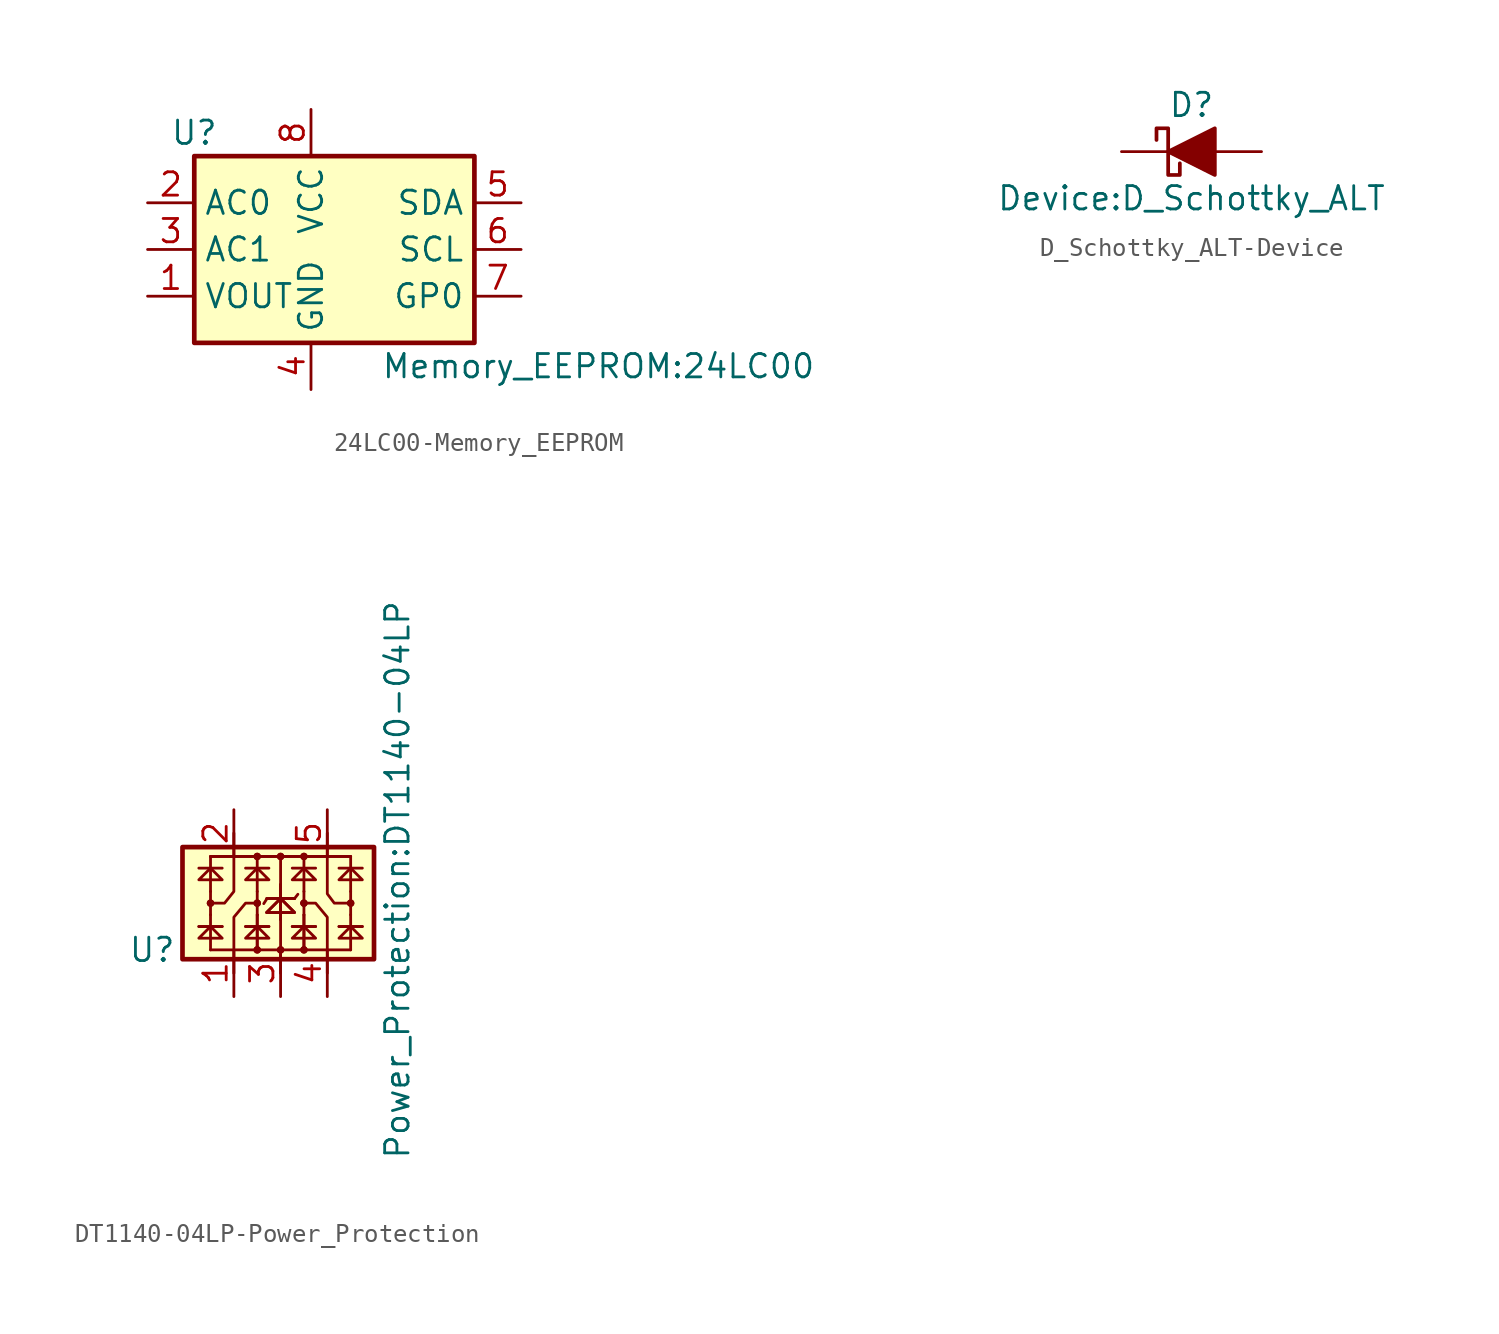
<source format=kicad_sym>
(kicad_symbol_lib
  (version 20231120)
  (generator "kicad_symbol_editor")
  (generator_version "8.0")
  (symbol "24LC00-Memory_EEPROM"
    (property "Reference" "U"
      (at -7.62 6.35 0)
      (effects (font (size 1.27 1.27))))
    (property "Value" "Memory_EEPROM:24LC00"
      (at 2.54 -6.35 0)
      (effects (font (size 1.27 1.27)) (justify left)))
    (symbol "24LC00-Memory_EEPROM_1_1"
      (rectangle (start -7.62 5.08) (end 7.62 -5.08) (stroke (width 0.254) (type solid)) (fill (type background)))
      (pin input line (at -10.16 -2.54 0) (length 2.54) (name "VOUT" (effects (font (size 1.27 1.27)))) (number "1" (effects (font (size 1.27 1.27)))))
      (pin input line (at -10.16 2.54 0) (length 2.54) (name "AC0" (effects (font (size 1.27 1.27)))) (number "2" (effects (font (size 1.27 1.27)))))
      (pin input line (at -10.16 0 0) (length 2.54) (name "AC1" (effects (font (size 1.27 1.27)))) (number "3" (effects (font (size 1.27 1.27)))))
      (pin power_in line (at -1.27 -7.62 90) (length 2.54) (name "GND" (effects (font (size 1.27 1.27)))) (number "4" (effects (font (size 1.27 1.27)))))
      (pin bidirectional line (at 10.16 2.54 180) (length 2.54) (name "SDA" (effects (font (size 1.27 1.27)))) (number "5" (effects (font (size 1.27 1.27)))))
      (pin input line (at 10.16 0 180) (length 2.54) (name "SCL" (effects (font (size 1.27 1.27)))) (number "6" (effects (font (size 1.27 1.27)))))
      (pin input line (at 10.16 -2.54 180) (length 2.54) (name "GP0" (effects (font (size 1.27 1.27)))) (number "7" (effects (font (size 1.27 1.27)))))
      (pin power_in line (at -1.27 7.62 270) (length 2.54) (name "VCC" (effects (font (size 1.27 1.27)))) (number "8" (effects (font (size 1.27 1.27)))))))
  (symbol "D_Schottky_ALT-Device"
    (pin_numbers hide)
    (pin_names
      (offset 1.016) hide)
    (property "Reference" "D"
      (at 0 2.54 0)
      (effects (font (size 1.27 1.27))))
    (property "Value" "Device:D_Schottky_ALT"
      (at 0 -2.54 0)
      (effects (font (size 1.27 1.27))))
    (symbol "D_Schottky_ALT-Device_0_1"
      (polyline (pts (xy 1.27 0) (xy -1.27 0)) (stroke (width 0) (type solid)) (fill (type none)))
      (polyline (pts (xy 1.27 1.27) (xy 1.27 -1.27) (xy -1.27 0) (xy 1.27 1.27)) (stroke (width 0.203) (type solid)) (fill (type outline)))
      (polyline (pts (xy -1.905 0.635) (xy -1.905 1.27) (xy -1.27 1.27) (xy -1.27 -1.27) (xy -0.635 -1.27) (xy -0.635 -0.635)) (stroke (width 0.203) (type solid)) (fill (type none))))
    (symbol "D_Schottky_ALT-Device_1_1"
      (pin passive line (at -3.81 0 0) (length 2.54) (name "K" (effects (font (size 1.27 1.27)))) (number "1" (effects (font (size 1.27 1.27)))))
      (pin passive line (at 3.81 0 180) (length 2.54) (name "A" (effects (font (size 1.27 1.27)))) (number "2" (effects (font (size 1.27 1.27)))))))
  (symbol "DT1140-04LP-Power_Protection"
    (pin_names
      (offset 1.016))
    (property "Reference" "U"
      (at -6.985 -2.54 0)
      (effects (font (size 1.27 1.27))))
    (property "Value" "Power_Protection:DT1140-04LP"
      (at 6.35 1.27 90)
      (effects (font (size 1.27 1.27))))
    (symbol "DT1140-04LP-Power_Protection_0_1"
      (rectangle (start -5.334 3.048) (end 5.08 -3.048) (stroke (width 0.254) (type solid)) (fill (type background)))
      (circle (center -3.81 0) (radius 0.127) (stroke (width 0) (type solid)) (fill (type none)))
      (circle (center -3.81 0) (radius 0.127) (stroke (width 0) (type solid)) (fill (type none)))
      (circle (center -1.27 -2.54) (radius 0.127) (stroke (width 0) (type solid)) (fill (type none)))
      (circle (center -1.27 -2.54) (radius 0.127) (stroke (width 0) (type solid)) (fill (type none)))
      (circle (center -1.27 0) (radius 0.127) (stroke (width 0) (type solid)) (fill (type none)))
      (circle (center -1.27 0) (radius 0.127) (stroke (width 0) (type solid)) (fill (type none)))
      (circle (center -1.27 2.54) (radius 0.127) (stroke (width 0) (type solid)) (fill (type none)))
      (circle (center -1.27 2.54) (radius 0.127) (stroke (width 0) (type solid)) (fill (type none)))
      (circle (center 0 -2.54) (radius 0.127) (stroke (width 0) (type solid)) (fill (type none)))
      (circle (center 0 -2.54) (radius 0.127) (stroke (width 0) (type solid)) (fill (type none)))
      (polyline (pts (xy -4.445 -1.27) (xy -3.175 -1.27)) (stroke (width 0) (type solid)) (fill (type none)))
      (polyline (pts (xy -4.445 -1.27) (xy -3.175 -1.27)) (stroke (width 0) (type solid)) (fill (type none)))
      (polyline (pts (xy -4.445 1.905) (xy -3.175 1.905)) (stroke (width 0) (type solid)) (fill (type none)))
      (polyline (pts (xy -3.81 -2.54) (xy -3.81 -0.635)) (stroke (width 0) (type solid)) (fill (type none)))
      (polyline (pts (xy -3.81 -2.54) (xy 3.81 -2.54)) (stroke (width 0) (type solid)) (fill (type none)))
      (polyline (pts (xy -3.81 -0.635) (xy -3.81 0.635)) (stroke (width 0) (type solid)) (fill (type none)))
      (polyline (pts (xy -3.81 0.635) (xy -3.81 2.54)) (stroke (width 0) (type solid)) (fill (type none)))
      (polyline (pts (xy -3.81 2.54) (xy 3.81 2.54)) (stroke (width 0) (type solid)) (fill (type none)))
      (polyline (pts (xy -3.81 2.54) (xy 3.81 2.54)) (stroke (width 0) (type solid)) (fill (type none)))
      (polyline (pts (xy -1.905 -1.27) (xy -0.635 -1.27)) (stroke (width 0) (type solid)) (fill (type none)))
      (polyline (pts (xy -1.905 -1.27) (xy -0.635 -1.27)) (stroke (width 0) (type solid)) (fill (type none)))
      (polyline (pts (xy -1.905 1.905) (xy -0.635 1.905)) (stroke (width 0) (type solid)) (fill (type none)))
      (polyline (pts (xy -1.27 -2.54) (xy -1.27 -0.635)) (stroke (width 0) (type solid)) (fill (type none)))
      (polyline (pts (xy -1.27 -2.54) (xy -1.27 -0.635)) (stroke (width 0) (type solid)) (fill (type none)))
      (polyline (pts (xy -1.27 0.635) (xy -1.27 -0.635)) (stroke (width 0) (type solid)) (fill (type none)))
      (polyline (pts (xy -1.27 0.635) (xy -1.27 2.54)) (stroke (width 0) (type solid)) (fill (type none)))
      (polyline (pts (xy -0.762 0.254) (xy 0.762 0.254)) (stroke (width 0) (type solid)) (fill (type none)))
      (polyline (pts (xy -0.737 0.254) (xy -0.914 -0.025)) (stroke (width 0) (type solid)) (fill (type none)))
      (polyline (pts (xy -0.66 0.254) (xy 0.762 0.254)) (stroke (width 0) (type solid)) (fill (type none)))
      (polyline (pts (xy 0 -0.889) (xy 0 -3.81)) (stroke (width 0) (type solid)) (fill (type none)))
      (polyline (pts (xy 0 -0.889) (xy 0 1.016)) (stroke (width 0) (type solid)) (fill (type none)))
      (polyline (pts (xy 0 -0.889) (xy 0 1.016)) (stroke (width 0) (type solid)) (fill (type none)))
      (polyline (pts (xy 0 2.565) (xy 0 -0.356)) (stroke (width 0) (type solid)) (fill (type none)))
      (polyline (pts (xy 0.635 -1.27) (xy 1.905 -1.27)) (stroke (width 0) (type solid)) (fill (type none)))
      (polyline (pts (xy 0.635 -1.27) (xy 1.905 -1.27)) (stroke (width 0) (type solid)) (fill (type none)))
      (polyline (pts (xy 0.635 1.905) (xy 1.905 1.905)) (stroke (width 0) (type solid)) (fill (type none)))
      (polyline (pts (xy 0.762 0.254) (xy 0.94 0.483)) (stroke (width 0) (type solid)) (fill (type none)))
      (polyline (pts (xy 1.27 -2.54) (xy 1.27 -0.635)) (stroke (width 0) (type solid)) (fill (type none)))
      (polyline (pts (xy 1.27 -2.54) (xy 1.27 -0.635)) (stroke (width 0) (type solid)) (fill (type none)))
      (polyline (pts (xy 1.27 0.635) (xy 1.27 -0.635)) (stroke (width 0) (type solid)) (fill (type none)))
      (polyline (pts (xy 1.27 0.635) (xy 1.27 2.54)) (stroke (width 0) (type solid)) (fill (type none)))
      (polyline (pts (xy 3.175 -1.27) (xy 4.445 -1.27)) (stroke (width 0) (type solid)) (fill (type none)))
      (polyline (pts (xy 3.175 -1.27) (xy 4.445 -1.27)) (stroke (width 0) (type solid)) (fill (type none)))
      (polyline (pts (xy 3.175 1.905) (xy 4.445 1.905)) (stroke (width 0) (type solid)) (fill (type none)))
      (polyline (pts (xy 3.81 -2.54) (xy 3.81 -0.635)) (stroke (width 0) (type solid)) (fill (type none)))
      (polyline (pts (xy 3.81 0.635) (xy 3.81 -0.635)) (stroke (width 0) (type solid)) (fill (type none)))
      (polyline (pts (xy 3.81 0.635) (xy 3.81 2.54)) (stroke (width 0) (type solid)) (fill (type none)))
      (polyline (pts (xy -4.445 -1.905) (xy -3.175 -1.905) (xy -3.81 -1.27) (xy -4.445 -1.905)) (stroke (width 0) (type solid)) (fill (type none)))
      (polyline (pts (xy -4.445 1.27) (xy -3.175 1.27) (xy -3.81 1.905) (xy -4.445 1.27)) (stroke (width 0) (type solid)) (fill (type none)))
      (polyline (pts (xy -2.54 -3.81) (xy -2.54 -0.762) (xy -1.905 0) (xy -1.27 0)) (stroke (width 0) (type solid)) (fill (type none)))
      (polyline (pts (xy -2.54 3.81) (xy -2.54 0.635) (xy -3.048 0) (xy -3.937 0)) (stroke (width 0) (type solid)) (fill (type none)))
      (polyline (pts (xy -1.905 -1.905) (xy -0.635 -1.905) (xy -1.27 -1.27) (xy -1.905 -1.905)) (stroke (width 0) (type solid)) (fill (type none)))
      (polyline (pts (xy -1.905 1.27) (xy -0.635 1.27) (xy -1.27 1.905) (xy -1.905 1.27)) (stroke (width 0) (type solid)) (fill (type none)))
      (polyline (pts (xy -0.762 -0.508) (xy 0.762 -0.508) (xy 0 0.254) (xy -0.762 -0.508)) (stroke (width 0) (type solid)) (fill (type none)))
      (polyline (pts (xy -0.762 -0.508) (xy 0.762 -0.508) (xy 0 0.254) (xy -0.762 -0.508)) (stroke (width 0) (type solid)) (fill (type none)))
      (polyline (pts (xy 0.635 -1.905) (xy 1.905 -1.905) (xy 1.27 -1.27) (xy 0.635 -1.905)) (stroke (width 0) (type solid)) (fill (type none)))
      (polyline (pts (xy 0.635 1.27) (xy 1.905 1.27) (xy 1.27 1.905) (xy 0.635 1.27)) (stroke (width 0) (type solid)) (fill (type none)))
      (polyline (pts (xy 2.54 -3.81) (xy 2.54 -0.762) (xy 1.905 0) (xy 1.143 0)) (stroke (width 0) (type solid)) (fill (type none)))
      (polyline (pts (xy 2.54 3.81) (xy 2.54 0.508) (xy 2.921 0) (xy 3.81 0)) (stroke (width 0) (type solid)) (fill (type none)))
      (polyline (pts (xy 3.175 -1.905) (xy 4.445 -1.905) (xy 3.81 -1.27) (xy 3.175 -1.905)) (stroke (width 0) (type solid)) (fill (type none)))
      (polyline (pts (xy 3.175 1.27) (xy 4.445 1.27) (xy 3.81 1.905) (xy 3.175 1.27)) (stroke (width 0) (type solid)) (fill (type none)))
      (circle (center 0 2.54) (radius 0.127) (stroke (width 0) (type solid)) (fill (type none)))
      (circle (center 0 2.54) (radius 0.127) (stroke (width 0) (type solid)) (fill (type none)))
      (circle (center 1.27 -2.54) (radius 0.127) (stroke (width 0) (type solid)) (fill (type none)))
      (circle (center 1.27 -2.54) (radius 0.127) (stroke (width 0) (type solid)) (fill (type none)))
      (circle (center 1.27 0) (radius 0.127) (stroke (width 0) (type solid)) (fill (type none)))
      (circle (center 1.27 0) (radius 0.127) (stroke (width 0) (type solid)) (fill (type none)))
      (circle (center 1.27 2.54) (radius 0.127) (stroke (width 0) (type solid)) (fill (type none)))
      (circle (center 1.27 2.54) (radius 0.127) (stroke (width 0) (type solid)) (fill (type none)))
      (circle (center 3.81 0) (radius 0.127) (stroke (width 0) (type solid)) (fill (type none)))
      (circle (center 3.81 0) (radius 0.127) (stroke (width 0) (type solid)) (fill (type none))))
    (symbol "DT1140-04LP-Power_Protection_1_1"
      (pin passive line (at -2.54 -5.08 90) (length 2.54) (name "~" (effects (font (size 1.27 1.27)))) (number "1" (effects (font (size 1.27 1.27)))))
      (pin passive line (at -2.54 5.08 270) (length 2.54) (name "~" (effects (font (size 1.27 1.27)))) (number "2" (effects (font (size 1.27 1.27)))))
      (pin passive line (at 0 -5.08 90) (length 2.54) (name "~" (effects (font (size 1.27 1.27)))) (number "3" (effects (font (size 1.27 1.27)))))
      (pin passive line (at 2.54 -5.08 90) (length 2.54) (name "~" (effects (font (size 1.27 1.27)))) (number "4" (effects (font (size 1.27 1.27)))))
      (pin passive line (at 2.54 5.08 270) (length 2.54) (name "~" (effects (font (size 1.27 1.27)))) (number "5" (effects (font (size 1.27 1.27))))))))
</source>
